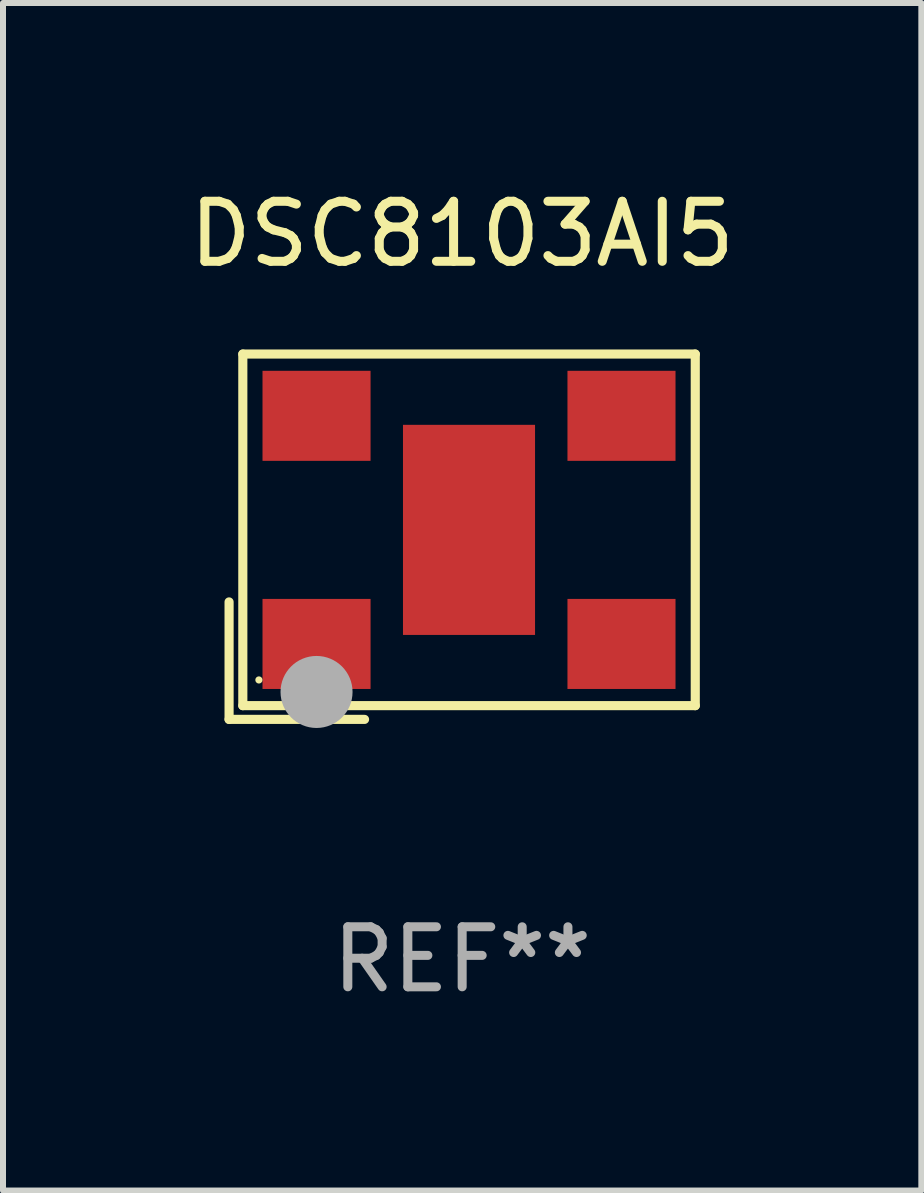
<source format=kicad_pcb>
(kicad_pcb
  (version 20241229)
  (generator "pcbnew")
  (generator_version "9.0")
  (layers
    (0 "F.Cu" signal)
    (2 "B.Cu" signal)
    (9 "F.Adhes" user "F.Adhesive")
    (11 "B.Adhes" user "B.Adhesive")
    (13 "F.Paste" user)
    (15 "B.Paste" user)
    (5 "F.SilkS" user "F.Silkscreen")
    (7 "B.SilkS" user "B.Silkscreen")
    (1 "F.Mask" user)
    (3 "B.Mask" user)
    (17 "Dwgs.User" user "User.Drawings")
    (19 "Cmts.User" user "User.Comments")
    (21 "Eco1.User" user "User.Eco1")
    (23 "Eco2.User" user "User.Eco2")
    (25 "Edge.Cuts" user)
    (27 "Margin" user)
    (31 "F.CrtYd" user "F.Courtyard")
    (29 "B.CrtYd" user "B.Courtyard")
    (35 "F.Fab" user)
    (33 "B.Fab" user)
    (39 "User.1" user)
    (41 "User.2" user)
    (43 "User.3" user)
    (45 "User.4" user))
  (footprint "DSC8103AI5"
    (layer "F.Cu")
    (at 4.649 5.891)
    (property "Reference" "DSC8103AI5" (at 0 -5.043 0) (layer "F.SilkS") (effects (font (size 1 1) (thickness 0.15))))
    (attr through_hole)
    (fp_line (start -3.883 1.086) (end -3.883 3.043) (stroke (width 0.152) (type solid)) (layer "F.SilkS"))
    (fp_line (start -3.883 3.043) (end -1.626 3.043) (stroke (width 0.152) (type solid)) (layer "F.SilkS"))
    (fp_line (start -3.654 -3.043) (end 3.883 -3.043) (stroke (width 0.152) (type solid)) (layer "F.SilkS"))
    (fp_line (start -3.654 2.814) (end -3.654 -3.043) (stroke (width 0.152) (type solid)) (layer "F.SilkS"))
    (fp_line (start 3.883 -3.043) (end 3.883 2.814) (stroke (width 0.152) (type solid)) (layer "F.SilkS"))
    (fp_line (start 3.883 2.814) (end -3.654 2.814) (stroke (width 0.152) (type solid)) (layer "F.SilkS"))
    (fp_circle (center -3.386 2.386) (end -3.356 2.386) (stroke (width 0.06) (type solid)) (fill no) (layer "F.SilkS"))
    (fp_circle (center -2.426 2.586) (end -2.126 2.586) (stroke (width 0.6) (type solid)) (fill no) (layer "F.Fab"))
    (fp_text user "REF**" (at 0 7.043 0) (layer "F.Fab") (effects (font (size 1 1) (thickness 0.15))))
    (pad "1" smd rect (at -2.426 1.786) (size 1.8 1.5) (layers "F.Cu" "F.Mask" "F.Paste"))
    (pad "2" smd rect (at 2.654 1.786) (size 1.8 1.5) (layers "F.Cu" "F.Mask" "F.Paste"))
    (pad "3" smd rect (at 2.654 -2.014) (size 1.8 1.5) (layers "F.Cu" "F.Mask" "F.Paste"))
    (pad "4" smd rect (at -2.426 -2.014) (size 1.8 1.5) (layers "F.Cu" "F.Mask" "F.Paste"))
    (pad "5" smd rect (at 0.114 -0.114) (size 2.2 3.5) (layers "F.Cu" "F.Mask" "F.Paste")))
  (gr_rect
    (start -3 -3)
    (end 12.298 16.782)
    (stroke (width 0.1) (type default))
    (fill no)
    (layer "Edge.Cuts")))
</source>
